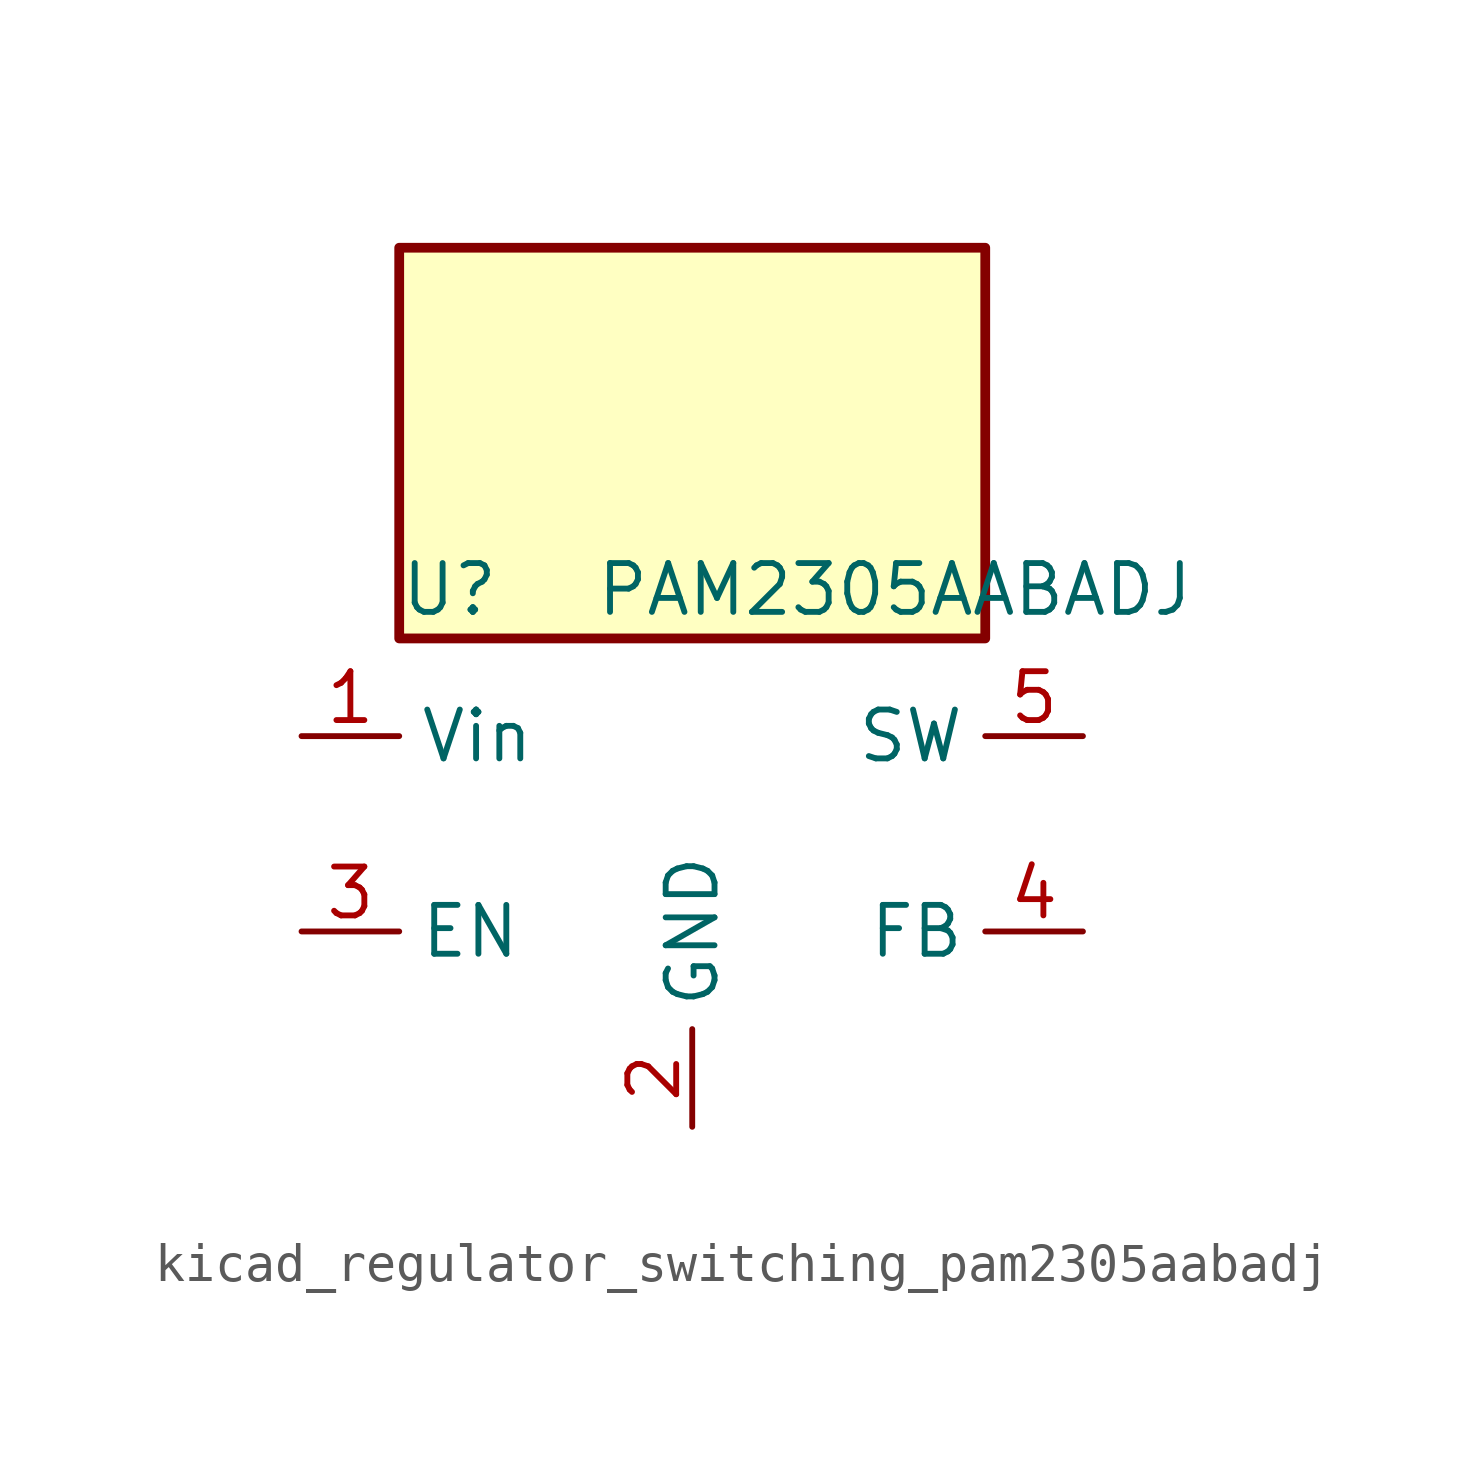
<source format=kicad_sym>
(kicad_symbol_lib
  (version 20220914)
  (generator kicad_symbol_editor)
  (symbol "kicad_regulator_switching_pam2305aabadj"
    (property "Reference" "U"
      (at -7.62 6.35 0)
      (effects (font (size 1.27 1.27)) (justify left)))
    (property "Value" "PAM2305AABADJ"
      (at -2.54 6.35 0)
      (effects (font (size 1.27 1.27)) (justify left)))
    (symbol "kicad_regulator_switching_pam2305aabadj_0_1"
      (rectangle (start 7.62 15.24) (end -7.62 5.08) (stroke (width 0.254) (type default)) (fill (type background))))
    (symbol "kicad_regulator_switching_pam2305aabadj_1_1"
      (pin power_in line (at -10.16 2.54 0) (length 2.54) (name "Vin" (effects (font (size 1.27 1.27)))) (number "1" (effects (font (size 1.27 1.27)))))
      (pin power_in line (at 0 -7.62 90) (length 2.54) (name "GND" (effects (font (size 1.27 1.27)))) (number "2" (effects (font (size 1.27 1.27)))))
      (pin input line (at -10.16 -2.54 0) (length 2.54) (name "EN" (effects (font (size 1.27 1.27)))) (number "3" (effects (font (size 1.27 1.27)))))
      (pin input line (at 10.16 -2.54 180) (length 2.54) (name "FB" (effects (font (size 1.27 1.27)))) (number "4" (effects (font (size 1.27 1.27)))))
      (pin output line (at 10.16 2.54 180) (length 2.54) (name "SW" (effects (font (size 1.27 1.27)))) (number "5" (effects (font (size 1.27 1.27))))))))
</source>
